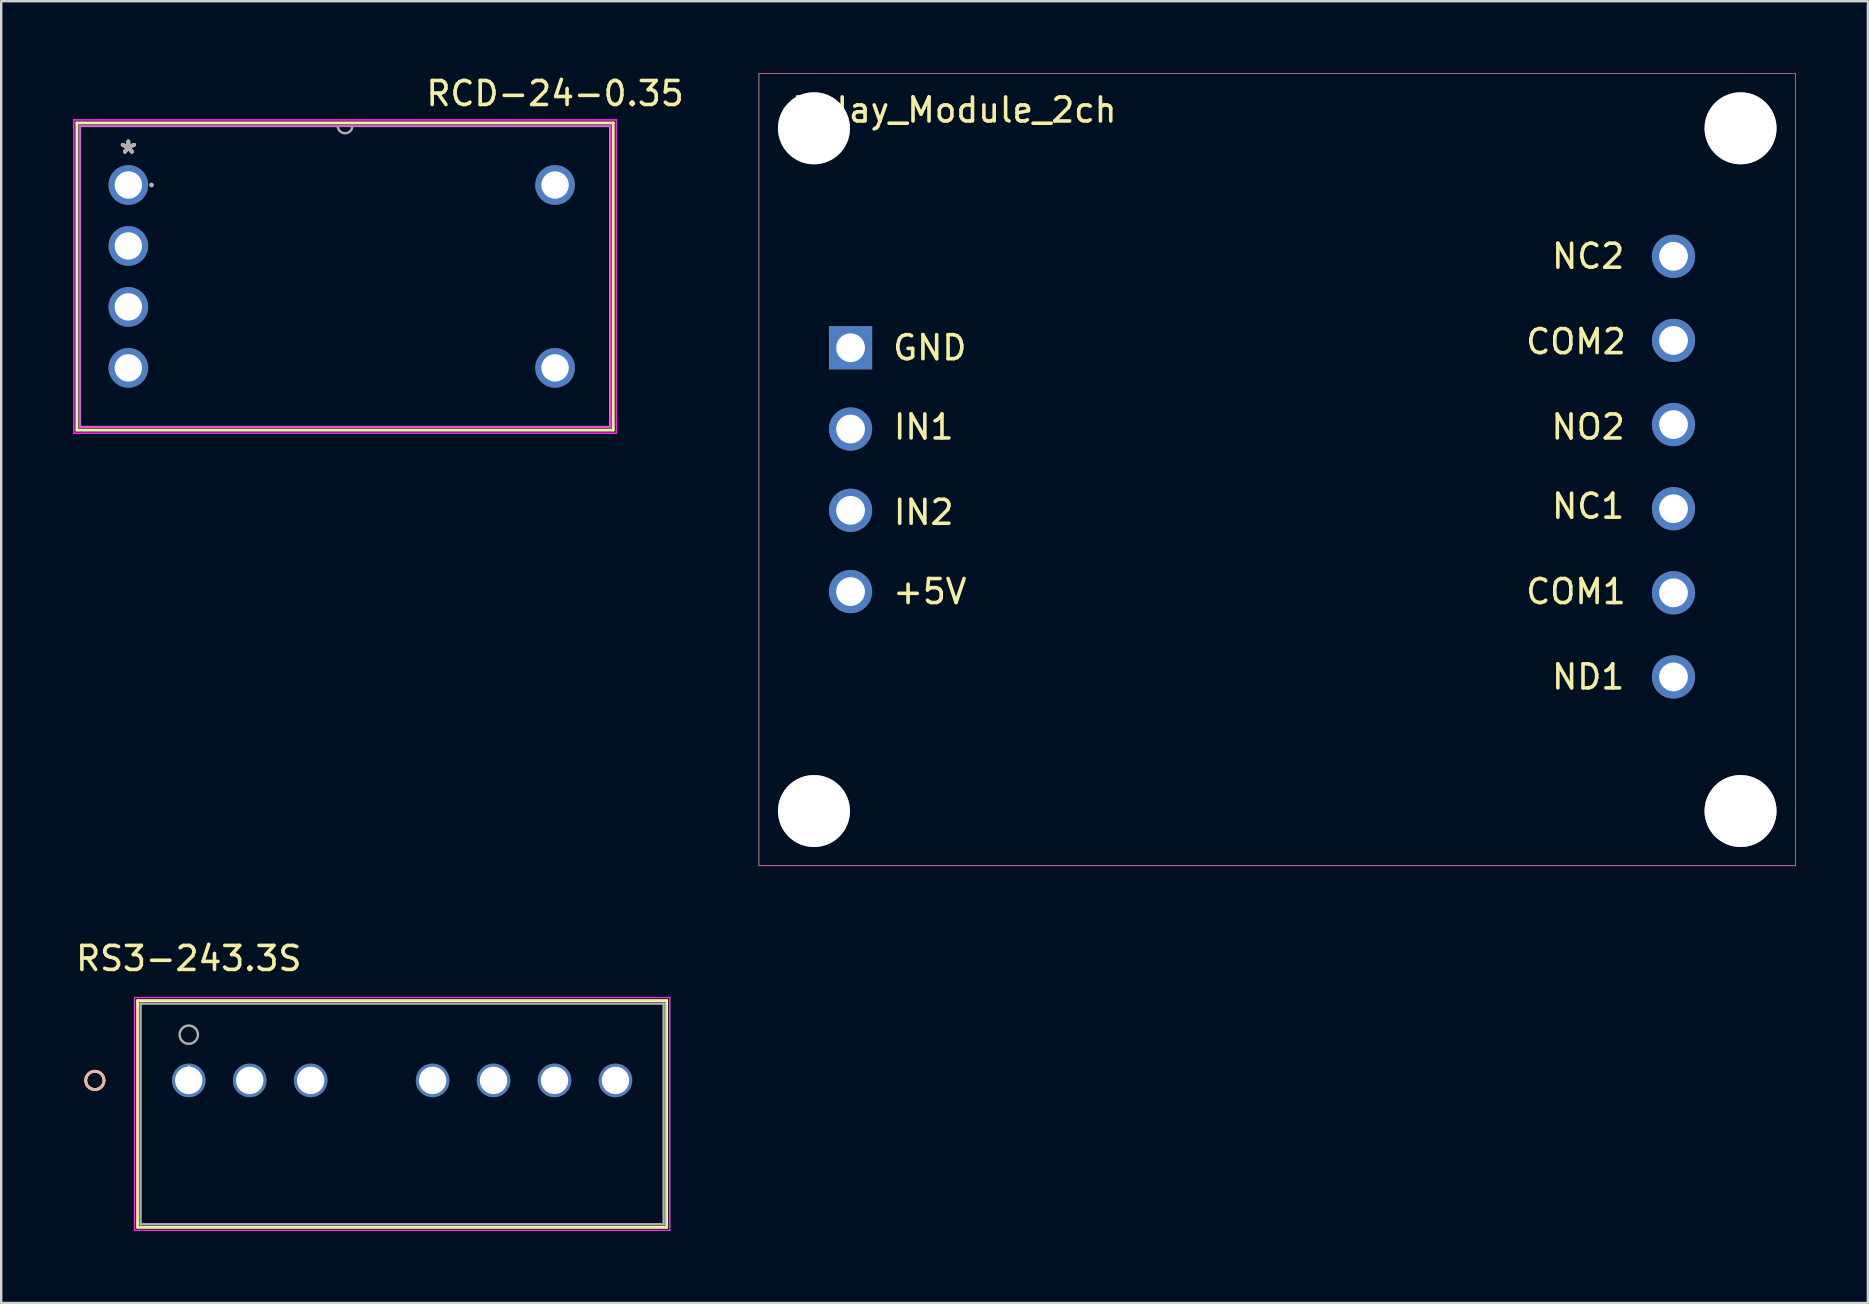
<source format=kicad_pcb>
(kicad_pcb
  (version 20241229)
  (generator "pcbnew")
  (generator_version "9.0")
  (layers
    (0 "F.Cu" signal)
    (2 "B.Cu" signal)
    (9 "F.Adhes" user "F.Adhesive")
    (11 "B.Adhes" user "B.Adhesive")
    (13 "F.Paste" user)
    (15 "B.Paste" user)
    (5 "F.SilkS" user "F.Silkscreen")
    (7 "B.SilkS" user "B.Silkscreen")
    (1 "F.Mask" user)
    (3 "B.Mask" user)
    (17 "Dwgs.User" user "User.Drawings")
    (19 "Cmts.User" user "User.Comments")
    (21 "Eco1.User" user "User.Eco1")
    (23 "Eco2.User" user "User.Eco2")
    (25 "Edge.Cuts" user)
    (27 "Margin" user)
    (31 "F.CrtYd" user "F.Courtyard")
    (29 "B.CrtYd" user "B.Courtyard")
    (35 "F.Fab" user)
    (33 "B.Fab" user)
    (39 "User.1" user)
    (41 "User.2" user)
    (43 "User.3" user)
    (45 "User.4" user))
  (footprint "RS3-243.3S"
    (layer "F.Cu")
    (at 4.815 41.968)
    (property "Reference" "RS3-243.3S" (at 0 -5.08 0) (layer "F.SilkS") (effects (font (size 1 1) (thickness 0.15))))
    (attr through_hole)
    (fp_line (start -2.134 -3.327) (end -2.134 6.122) (stroke (width 0.12) (type solid)) (layer "F.SilkS"))
    (fp_line (start -2.134 6.122) (end 19.914 6.122) (stroke (width 0.12) (type solid)) (layer "F.SilkS"))
    (fp_line (start 19.914 -3.327) (end -2.134 -3.327) (stroke (width 0.12) (type solid)) (layer "F.SilkS"))
    (fp_line (start 19.914 6.122) (end 19.914 -3.327) (stroke (width 0.12) (type solid)) (layer "F.SilkS"))
    (fp_circle (center -3.912 0) (end -3.531 0) (stroke (width 0.12) (type solid)) (fill no) (layer "F.SilkS"))
    (fp_circle (center -3.912 0) (end -3.531 0) (stroke (width 0.12) (type solid)) (fill no) (layer "B.SilkS"))
    (fp_line (start -2.261 -3.454) (end -2.261 6.249) (stroke (width 0.05) (type solid)) (layer "F.CrtYd"))
    (fp_line (start -2.261 -3.454) (end -2.261 6.249) (stroke (width 0.05) (type solid)) (layer "F.CrtYd"))
    (fp_line (start -2.261 6.249) (end 20.041 6.249) (stroke (width 0.05) (type solid)) (layer "F.CrtYd"))
    (fp_line (start -2.261 6.249) (end 20.041 6.249) (stroke (width 0.05) (type solid)) (layer "F.CrtYd"))
    (fp_line (start 20.041 -3.454) (end -2.261 -3.454) (stroke (width 0.05) (type solid)) (layer "F.CrtYd"))
    (fp_line (start 20.041 -3.454) (end -2.261 -3.454) (stroke (width 0.05) (type solid)) (layer "F.CrtYd"))
    (fp_line (start 20.041 6.249) (end 20.041 -3.454) (stroke (width 0.05) (type solid)) (layer "F.CrtYd"))
    (fp_line (start 20.041 6.249) (end 20.041 -3.454) (stroke (width 0.05) (type solid)) (layer "F.CrtYd"))
    (fp_line (start -2.007 -3.2) (end -2.007 5.995) (stroke (width 0.1) (type solid)) (layer "F.Fab"))
    (fp_line (start -2.007 5.995) (end 19.787 5.995) (stroke (width 0.1) (type solid)) (layer "F.Fab"))
    (fp_line (start 19.787 -3.2) (end -2.007 -3.2) (stroke (width 0.1) (type solid)) (layer "F.Fab"))
    (fp_line (start 19.787 5.995) (end 19.787 -3.2) (stroke (width 0.1) (type solid)) (layer "F.Fab"))
    (fp_circle (center 0 -1.905) (end 0.381 -1.905) (stroke (width 0.1) (type solid)) (fill no) (layer "F.Fab"))
    (fp_text user "*" (at 0 0 0) (layer "F.SilkS") (effects (font (size 1 1) (thickness 0.15))))
    (fp_text user "*" (at 0 0 0) (layer "F.Fab") (effects (font (size 1 1) (thickness 0.15))))
    (pad "1" thru_hole circle (at 0 0) (size 1.397 1.397) (drill 1.143) (layers "*.Cu" "*.Mask"))
    (pad "2" thru_hole circle (at 2.54 0) (size 1.397 1.397) (drill 1.143) (layers "*.Cu" "*.Mask"))
    (pad "3" thru_hole circle (at 5.08 0) (size 1.397 1.397) (drill 1.143) (layers "*.Cu" "*.Mask"))
    (pad "5" thru_hole circle (at 10.16 0) (size 1.397 1.397) (drill 1.143) (layers "*.Cu" "*.Mask"))
    (pad "6" thru_hole circle (at 12.7 0) (size 1.397 1.397) (drill 1.143) (layers "*.Cu" "*.Mask"))
    (pad "7" thru_hole circle (at 15.24 0) (size 1.397 1.397) (drill 1.143) (layers "*.Cu" "*.Mask"))
    (pad "8" thru_hole circle (at 17.78 0) (size 1.397 1.397) (drill 1.143) (layers "*.Cu" "*.Mask")))
  (footprint "RCD-24-0.35"
    (layer "F.Cu")
    (at 2.298 4.658)
    (property "Reference" "RCD-24-0.35" (at 17.78 -3.81 0) (layer "F.SilkS") (effects (font (size 1 1) (thickness 0.15))))
    (attr through_hole)
    (fp_line (start -2.146 -2.587) (end -2.146 10.215) (stroke (width 0.12) (type solid)) (layer "F.SilkS"))
    (fp_line (start -2.146 10.215) (end 20.206 10.215) (stroke (width 0.12) (type solid)) (layer "F.SilkS"))
    (fp_line (start 20.206 -2.587) (end -2.146 -2.587) (stroke (width 0.12) (type solid)) (layer "F.SilkS"))
    (fp_line (start 20.206 10.215) (end 20.206 -2.587) (stroke (width 0.12) (type solid)) (layer "F.SilkS"))
    (fp_line (start -2.273 -2.714) (end 20.333 -2.714) (stroke (width 0.05) (type solid)) (layer "F.CrtYd"))
    (fp_line (start -2.273 -2.714) (end 20.333 -2.714) (stroke (width 0.05) (type solid)) (layer "F.CrtYd"))
    (fp_line (start -2.273 10.342) (end -2.273 -2.714) (stroke (width 0.05) (type solid)) (layer "F.CrtYd"))
    (fp_line (start -2.273 10.342) (end -2.273 -2.714) (stroke (width 0.05) (type solid)) (layer "F.CrtYd"))
    (fp_line (start -2.019 -2.46) (end 20.079 -2.46) (stroke (width 0.05) (type solid)) (layer "F.CrtYd"))
    (fp_line (start -2.019 10.088) (end -2.019 -2.46) (stroke (width 0.05) (type solid)) (layer "F.CrtYd"))
    (fp_line (start 20.079 -2.46) (end 20.079 10.088) (stroke (width 0.05) (type solid)) (layer "F.CrtYd"))
    (fp_line (start 20.079 10.088) (end -2.019 10.088) (stroke (width 0.05) (type solid)) (layer "F.CrtYd"))
    (fp_line (start 20.333 -2.714) (end 20.333 10.342) (stroke (width 0.05) (type solid)) (layer "F.CrtYd"))
    (fp_line (start 20.333 -2.714) (end 20.333 10.342) (stroke (width 0.05) (type solid)) (layer "F.CrtYd"))
    (fp_line (start 20.333 10.342) (end -2.273 10.342) (stroke (width 0.05) (type solid)) (layer "F.CrtYd"))
    (fp_line (start 20.333 10.342) (end -2.273 10.342) (stroke (width 0.05) (type solid)) (layer "F.CrtYd"))
    (fp_line (start -2.019 -2.46) (end -2.019 10.088) (stroke (width 0.1) (type solid)) (layer "F.Fab"))
    (fp_line (start -2.019 10.088) (end 20.079 10.088) (stroke (width 0.1) (type solid)) (layer "F.Fab"))
    (fp_line (start 20.079 -2.46) (end -2.019 -2.46) (stroke (width 0.1) (type solid)) (layer "F.Fab"))
    (fp_line (start 20.079 10.088) (end 20.079 -2.46) (stroke (width 0.1) (type solid)) (layer "F.Fab"))
    (fp_arc (start 9.3348 -2.46) (mid 9.03 -2.1552) (end 8.7252 -2.46) (stroke (width 0.1) (type solid)) (layer "F.Fab"))
    (fp_circle (center 0.966 0) (end 0.966 0) (stroke (width 0.1) (type solid)) (fill no) (layer "F.Fab"))
    (fp_text user "*" (at 0 -1.27 0) (layer "F.SilkS") (effects (font (size 1 1) (thickness 0.15))))
    (fp_text user "*" (at 0 -1.27 0) (layer "F.SilkS") (effects (font (size 1 1) (thickness 0.15))))
    (fp_text user "*" (at 0 -1.27 0) (layer "F.Fab") (effects (font (size 1 1) (thickness 0.15))))
    (fp_text user "*" (at 0 -1.27 0) (layer "F.Fab") (effects (font (size 1 1) (thickness 0.15))))
    (pad "1" thru_hole circle (at 0 0) (size 1.651 1.651) (drill 1.143) (layers "*.Cu" "*.Mask"))
    (pad "2" thru_hole circle (at 0 2.54) (size 1.651 1.651) (drill 1.143) (layers "*.Cu" "*.Mask"))
    (pad "3" thru_hole circle (at 0 5.08) (size 1.651 1.651) (drill 1.143) (layers "*.Cu" "*.Mask"))
    (pad "4" thru_hole circle (at 0 7.62) (size 1.651 1.651) (drill 1.143) (layers "*.Cu" "*.Mask"))
    (pad "5" thru_hole circle (at 17.78 7.62) (size 1.651 1.651) (drill 1.143) (layers "*.Cu" "*.Mask"))
    (pad "6" thru_hole circle (at 17.78 0) (size 1.651 1.651) (drill 1.143) (layers "*.Cu" "*.Mask")))
  (footprint "Relay_Module_2ch"
    (layer "F.Cu")
    (at 50.17 16.52)
    (property "Reference" "Relay_Module_2ch" (at -13.462 -14.986 0) (layer "F.SilkS") (effects (font (size 1 1) (thickness 0.15))))
    (attr through_hole)
    (fp_line (start -21.6 -16.5) (end 21.6 -16.5) (stroke (width 0.02) (type solid)) (layer "F.SilkS"))
    (fp_line (start -21.6 16.5) (end -21.6 -16.5) (stroke (width 0.02) (type solid)) (layer "F.SilkS"))
    (fp_line (start -21.6 16.5) (end 21.6 16.5) (stroke (width 0.02) (type solid)) (layer "F.SilkS"))
    (fp_line (start 21.6 16.5) (end 21.6 -16.5) (stroke (width 0.02) (type solid)) (layer "F.SilkS"))
    (fp_line (start -21.59 -16.51) (end 21.59 -16.51) (stroke (width 0.02) (type solid)) (layer "F.CrtYd"))
    (fp_line (start -21.59 16.51) (end -21.59 -16.51) (stroke (width 0.02) (type solid)) (layer "F.CrtYd"))
    (fp_line (start 21.59 -16.51) (end 21.59 16.51) (stroke (width 0.02) (type solid)) (layer "F.CrtYd"))
    (fp_line (start 21.59 16.51) (end -21.59 16.51) (stroke (width 0.02) (type solid)) (layer "F.CrtYd"))
    (fp_text user "COM2" (at 12.446 -5.334 0) (layer "F.SilkS") (effects (font (size 1 1) (thickness 0.15))))
    (fp_text user "IN2" (at -14.732 1.778 0) (layer "F.SilkS") (effects (font (size 1 1) (thickness 0.15))))
    (fp_text user "NC1" (at 12.954 1.524 0) (layer "F.SilkS") (effects (font (size 1 1) (thickness 0.15))))
    (fp_text user "IN1" (at -14.732 -1.778 0) (layer "F.SilkS") (effects (font (size 1 1) (thickness 0.15))))
    (fp_text user "ND1" (at 12.954 8.636 0) (layer "F.SilkS") (effects (font (size 1 1) (thickness 0.15))))
    (fp_text user "GND" (at -14.478 -5.08 0) (layer "F.SilkS") (effects (font (size 1 1) (thickness 0.15))))
    (fp_text user "+5V" (at -14.478 5.08 0) (layer "F.SilkS") (effects (font (size 1 1) (thickness 0.15))))
    (fp_text user "NC2" (at 12.954 -8.89 0) (layer "F.SilkS") (effects (font (size 1 1) (thickness 0.15))))
    (fp_text user "NO2" (at 12.954 -1.778 0) (layer "F.SilkS") (effects (font (size 1 1) (thickness 0.15))))
    (fp_text user "COM1" (at 12.446 5.08 0) (layer "F.SilkS") (effects (font (size 1 1) (thickness 0.15))))
    (pad "" thru_hole circle (at -19.304 -14.224) (size 3 3) (drill 3) (layers "*.Cu" "*.Mask"))
    (pad "" thru_hole circle (at -19.304 14.224) (size 3 3) (drill 3) (layers "*.Cu" "*.Mask"))
    (pad "" thru_hole circle (at 19.304 -14.224) (size 3 3) (drill 3) (layers "*.Cu" "*.Mask"))
    (pad "" thru_hole circle (at 19.304 14.224) (size 3 3) (drill 3) (layers "*.Cu" "*.Mask"))
    (pad "1" thru_hole rect (at -17.78 -5.08) (size 1.8 1.8) (drill 1.2) (layers "*.Cu" "*.Mask"))
    (pad "2" thru_hole circle (at -17.78 -1.693) (size 1.8 1.8) (drill 1.2) (layers "*.Cu" "*.Mask"))
    (pad "3" thru_hole circle (at -17.78 1.693) (size 1.8 1.8) (drill 1.2) (layers "*.Cu" "*.Mask"))
    (pad "4" thru_hole circle (at -17.78 5.08) (size 1.8 1.8) (drill 1.2) (layers "*.Cu" "*.Mask"))
    (pad "5" thru_hole circle (at 16.51 -8.89) (size 1.8 1.8) (drill 1.2) (layers "*.Cu" "*.Mask"))
    (pad "6" thru_hole circle (at 16.51 -5.385) (size 1.8 1.8) (drill 1.2) (layers "*.Cu" "*.Mask"))
    (pad "7" thru_hole circle (at 16.51 -1.88) (size 1.8 1.8) (drill 1.2) (layers "*.Cu" "*.Mask"))
    (pad "8" thru_hole circle (at 16.51 1.626) (size 1.8 1.8) (drill 1.2) (layers "*.Cu" "*.Mask"))
    (pad "9" thru_hole circle (at 16.51 5.131) (size 1.8 1.8) (drill 1.2) (layers "*.Cu" "*.Mask"))
    (pad "10" thru_hole circle (at 16.51 8.636) (size 1.8 1.8) (drill 1.2) (layers "*.Cu" "*.Mask")))
  (gr_rect
    (start -3 -3)
    (end 74.78 51.242)
    (stroke (width 0.1) (type default))
    (fill no)
    (layer "Edge.Cuts")))
</source>
